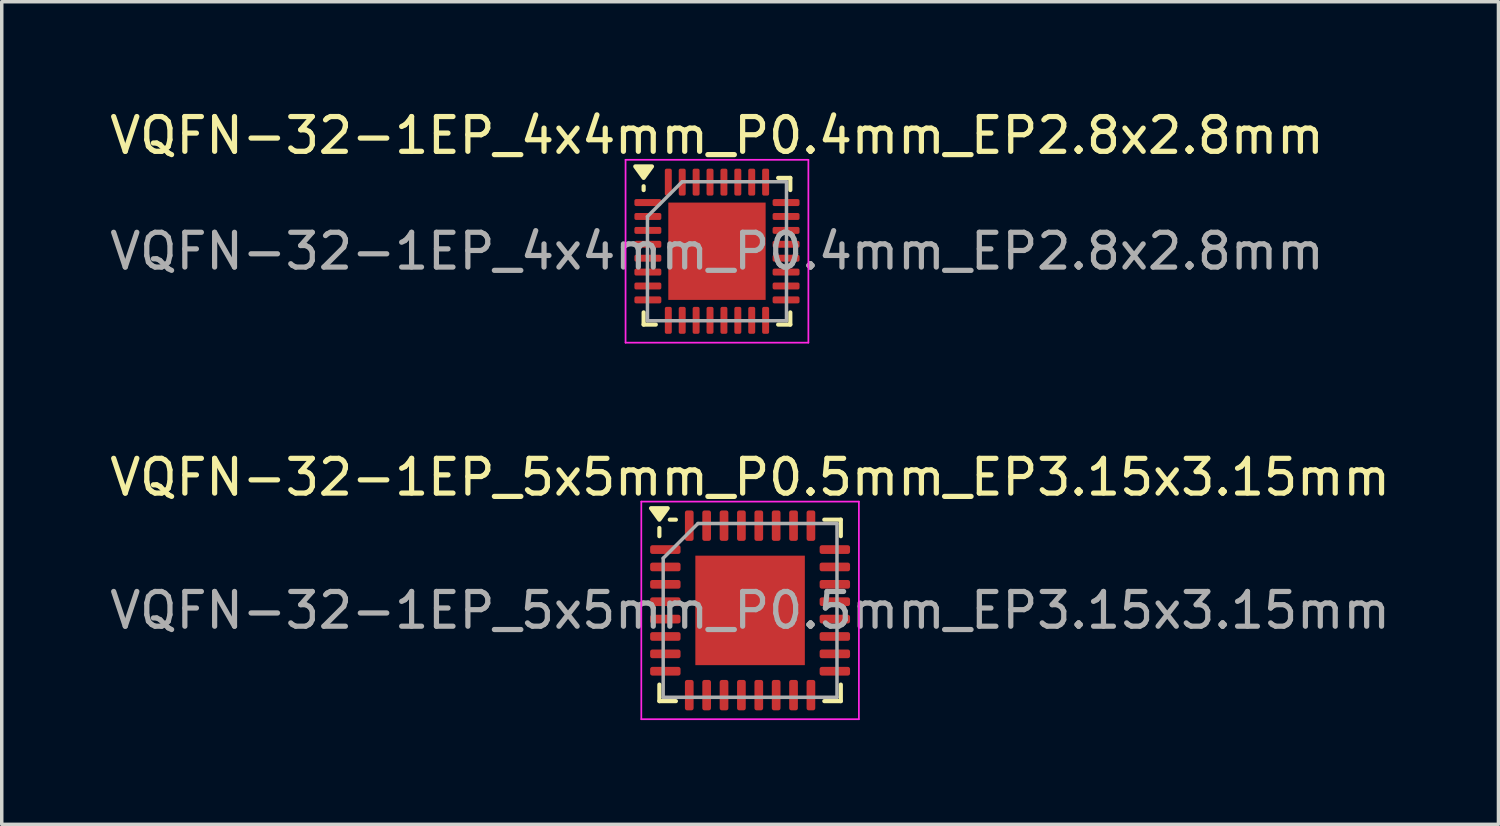
<source format=kicad_pcb>
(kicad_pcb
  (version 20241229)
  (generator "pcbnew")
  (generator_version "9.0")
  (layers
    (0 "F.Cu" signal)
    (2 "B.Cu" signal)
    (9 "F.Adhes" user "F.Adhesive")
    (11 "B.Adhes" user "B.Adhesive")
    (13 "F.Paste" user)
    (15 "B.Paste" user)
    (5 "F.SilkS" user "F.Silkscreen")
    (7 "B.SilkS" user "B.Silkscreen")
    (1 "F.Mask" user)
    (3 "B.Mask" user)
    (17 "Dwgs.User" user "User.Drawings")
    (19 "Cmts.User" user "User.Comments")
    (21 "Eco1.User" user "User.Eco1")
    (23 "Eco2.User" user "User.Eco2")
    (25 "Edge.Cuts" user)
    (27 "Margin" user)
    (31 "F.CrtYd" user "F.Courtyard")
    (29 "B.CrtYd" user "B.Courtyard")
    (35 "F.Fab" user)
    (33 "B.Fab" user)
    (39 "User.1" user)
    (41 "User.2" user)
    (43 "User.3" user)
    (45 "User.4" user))
  (footprint "VQFN-32-1EP_4x4mm_P0.4mm_EP2.8x2.8mm"
    (layer "F.Cu")
    (at 17.577 4.178)
    (property "Reference" "VQFN-32-1EP_4x4mm_P0.4mm_EP2.8x2.8mm" (at 0 -3.33 0) (layer "F.SilkS") (effects (font (size 1 1) (thickness 0.15))))
    (attr smd)
    (fp_line (start -2.11 -1.76) (end -2.11 -1.87) (stroke (width 0.12) (type solid)) (layer "F.SilkS"))
    (fp_line (start -2.11 2.11) (end -2.11 1.76) (stroke (width 0.12) (type solid)) (layer "F.SilkS"))
    (fp_line (start -1.76 2.11) (end -2.11 2.11) (stroke (width 0.12) (type solid)) (layer "F.SilkS"))
    (fp_line (start 1.76 -2.11) (end 2.11 -2.11) (stroke (width 0.12) (type solid)) (layer "F.SilkS"))
    (fp_line (start 1.76 2.11) (end 2.11 2.11) (stroke (width 0.12) (type solid)) (layer "F.SilkS"))
    (fp_line (start 2.11 -2.11) (end 2.11 -1.76) (stroke (width 0.12) (type solid)) (layer "F.SilkS"))
    (fp_line (start 2.11 2.11) (end 2.11 1.76) (stroke (width 0.12) (type solid)) (layer "F.SilkS"))
    (fp_poly (pts (xy -2.11 -2.11) (xy -2.35 -2.44) (xy -1.87 -2.44) (xy -2.11 -2.11)) (stroke (width 0.12) (type solid)) (fill yes) (layer "F.SilkS"))
    (fp_line (start -2.63 -2.63) (end -2.63 2.63) (stroke (width 0.05) (type solid)) (layer "F.CrtYd"))
    (fp_line (start -2.63 2.63) (end 2.63 2.63) (stroke (width 0.05) (type solid)) (layer "F.CrtYd"))
    (fp_line (start 2.63 -2.63) (end -2.63 -2.63) (stroke (width 0.05) (type solid)) (layer "F.CrtYd"))
    (fp_line (start 2.63 2.63) (end 2.63 -2.63) (stroke (width 0.05) (type solid)) (layer "F.CrtYd"))
    (fp_line (start -2 -1) (end -1 -2) (stroke (width 0.1) (type solid)) (layer "F.Fab"))
    (fp_line (start -2 2) (end -2 -1) (stroke (width 0.1) (type solid)) (layer "F.Fab"))
    (fp_line (start -1 -2) (end 2 -2) (stroke (width 0.1) (type solid)) (layer "F.Fab"))
    (fp_line (start 2 -2) (end 2 2) (stroke (width 0.1) (type solid)) (layer "F.Fab"))
    (fp_line (start 2 2) (end -2 2) (stroke (width 0.1) (type solid)) (layer "F.Fab"))
    (fp_text user "${REFERENCE}" (at 0 0 0) (layer "F.Fab") (effects (font (size 1 1) (thickness 0.15))))
    (pad "" smd roundrect (at -0.7 -0.7) (size 1.13 1.13) (layers "F.Paste") (roundrect_rratio 0.221))
    (pad "" smd roundrect (at -0.7 0.7) (size 1.13 1.13) (layers "F.Paste") (roundrect_rratio 0.221))
    (pad "" smd roundrect (at 0.7 -0.7) (size 1.13 1.13) (layers "F.Paste") (roundrect_rratio 0.221))
    (pad "" smd roundrect (at 0.7 0.7) (size 1.13 1.13) (layers "F.Paste") (roundrect_rratio 0.221))
    (pad "1" smd roundrect (at -1.988 -1.4) (size 0.775 0.2) (layers "F.Cu" "F.Mask" "F.Paste") (roundrect_rratio 0.25))
    (pad "2" smd roundrect (at -1.988 -1) (size 0.775 0.2) (layers "F.Cu" "F.Mask" "F.Paste") (roundrect_rratio 0.25))
    (pad "3" smd roundrect (at -1.988 -0.6) (size 0.775 0.2) (layers "F.Cu" "F.Mask" "F.Paste") (roundrect_rratio 0.25))
    (pad "4" smd roundrect (at -1.988 -0.2) (size 0.775 0.2) (layers "F.Cu" "F.Mask" "F.Paste") (roundrect_rratio 0.25))
    (pad "5" smd roundrect (at -1.988 0.2) (size 0.775 0.2) (layers "F.Cu" "F.Mask" "F.Paste") (roundrect_rratio 0.25))
    (pad "6" smd roundrect (at -1.988 0.6) (size 0.775 0.2) (layers "F.Cu" "F.Mask" "F.Paste") (roundrect_rratio 0.25))
    (pad "7" smd roundrect (at -1.988 1) (size 0.775 0.2) (layers "F.Cu" "F.Mask" "F.Paste") (roundrect_rratio 0.25))
    (pad "8" smd roundrect (at -1.988 1.4) (size 0.775 0.2) (layers "F.Cu" "F.Mask" "F.Paste") (roundrect_rratio 0.25))
    (pad "9" smd roundrect (at -1.4 1.988) (size 0.2 0.775) (layers "F.Cu" "F.Mask" "F.Paste") (roundrect_rratio 0.25))
    (pad "10" smd roundrect (at -1 1.988) (size 0.2 0.775) (layers "F.Cu" "F.Mask" "F.Paste") (roundrect_rratio 0.25))
    (pad "11" smd roundrect (at -0.6 1.988) (size 0.2 0.775) (layers "F.Cu" "F.Mask" "F.Paste") (roundrect_rratio 0.25))
    (pad "12" smd roundrect (at -0.2 1.988) (size 0.2 0.775) (layers "F.Cu" "F.Mask" "F.Paste") (roundrect_rratio 0.25))
    (pad "13" smd roundrect (at 0.2 1.988) (size 0.2 0.775) (layers "F.Cu" "F.Mask" "F.Paste") (roundrect_rratio 0.25))
    (pad "14" smd roundrect (at 0.6 1.988) (size 0.2 0.775) (layers "F.Cu" "F.Mask" "F.Paste") (roundrect_rratio 0.25))
    (pad "15" smd roundrect (at 1 1.988) (size 0.2 0.775) (layers "F.Cu" "F.Mask" "F.Paste") (roundrect_rratio 0.25))
    (pad "16" smd roundrect (at 1.4 1.988) (size 0.2 0.775) (layers "F.Cu" "F.Mask" "F.Paste") (roundrect_rratio 0.25))
    (pad "17" smd roundrect (at 1.988 1.4) (size 0.775 0.2) (layers "F.Cu" "F.Mask" "F.Paste") (roundrect_rratio 0.25))
    (pad "18" smd roundrect (at 1.988 1) (size 0.775 0.2) (layers "F.Cu" "F.Mask" "F.Paste") (roundrect_rratio 0.25))
    (pad "19" smd roundrect (at 1.988 0.6) (size 0.775 0.2) (layers "F.Cu" "F.Mask" "F.Paste") (roundrect_rratio 0.25))
    (pad "20" smd roundrect (at 1.988 0.2) (size 0.775 0.2) (layers "F.Cu" "F.Mask" "F.Paste") (roundrect_rratio 0.25))
    (pad "21" smd roundrect (at 1.988 -0.2) (size 0.775 0.2) (layers "F.Cu" "F.Mask" "F.Paste") (roundrect_rratio 0.25))
    (pad "22" smd roundrect (at 1.988 -0.6) (size 0.775 0.2) (layers "F.Cu" "F.Mask" "F.Paste") (roundrect_rratio 0.25))
    (pad "23" smd roundrect (at 1.988 -1) (size 0.775 0.2) (layers "F.Cu" "F.Mask" "F.Paste") (roundrect_rratio 0.25))
    (pad "24" smd roundrect (at 1.988 -1.4) (size 0.775 0.2) (layers "F.Cu" "F.Mask" "F.Paste") (roundrect_rratio 0.25))
    (pad "25" smd roundrect (at 1.4 -1.988) (size 0.2 0.775) (layers "F.Cu" "F.Mask" "F.Paste") (roundrect_rratio 0.25))
    (pad "26" smd roundrect (at 1 -1.988) (size 0.2 0.775) (layers "F.Cu" "F.Mask" "F.Paste") (roundrect_rratio 0.25))
    (pad "27" smd roundrect (at 0.6 -1.988) (size 0.2 0.775) (layers "F.Cu" "F.Mask" "F.Paste") (roundrect_rratio 0.25))
    (pad "28" smd roundrect (at 0.2 -1.988) (size 0.2 0.775) (layers "F.Cu" "F.Mask" "F.Paste") (roundrect_rratio 0.25))
    (pad "29" smd roundrect (at -0.2 -1.988) (size 0.2 0.775) (layers "F.Cu" "F.Mask" "F.Paste") (roundrect_rratio 0.25))
    (pad "30" smd roundrect (at -0.6 -1.988) (size 0.2 0.775) (layers "F.Cu" "F.Mask" "F.Paste") (roundrect_rratio 0.25))
    (pad "31" smd roundrect (at -1 -1.988) (size 0.2 0.775) (layers "F.Cu" "F.Mask" "F.Paste") (roundrect_rratio 0.25))
    (pad "32" smd roundrect (at -1.4 -1.988) (size 0.2 0.775) (layers "F.Cu" "F.Mask" "F.Paste") (roundrect_rratio 0.25))
    (pad "33" smd rect (at 0 0) (size 2.8 2.8) (property pad_prop_heatsink) (layers "F.Cu" "F.Mask")))
  (footprint "VQFN-32-1EP_5x5mm_P0.5mm_EP3.15x3.15mm"
    (layer "F.Cu")
    (at 18.53 14.511)
    (property "Reference" "VQFN-32-1EP_5x5mm_P0.5mm_EP3.15x3.15mm" (at 0 -3.83 0) (layer "F.SilkS") (effects (font (size 1 1) (thickness 0.15))))
    (attr smd)
    (fp_line (start -2.61 -2.135) (end -2.61 -2.37) (stroke (width 0.12) (type solid)) (layer "F.SilkS"))
    (fp_line (start -2.61 2.61) (end -2.61 2.135) (stroke (width 0.12) (type solid)) (layer "F.SilkS"))
    (fp_line (start -2.135 -2.61) (end -2.31 -2.61) (stroke (width 0.12) (type solid)) (layer "F.SilkS"))
    (fp_line (start -2.135 2.61) (end -2.61 2.61) (stroke (width 0.12) (type solid)) (layer "F.SilkS"))
    (fp_line (start 2.135 -2.61) (end 2.61 -2.61) (stroke (width 0.12) (type solid)) (layer "F.SilkS"))
    (fp_line (start 2.135 2.61) (end 2.61 2.61) (stroke (width 0.12) (type solid)) (layer "F.SilkS"))
    (fp_line (start 2.61 -2.61) (end 2.61 -2.135) (stroke (width 0.12) (type solid)) (layer "F.SilkS"))
    (fp_line (start 2.61 2.61) (end 2.61 2.135) (stroke (width 0.12) (type solid)) (layer "F.SilkS"))
    (fp_poly (pts (xy -2.61 -2.61) (xy -2.85 -2.94) (xy -2.37 -2.94) (xy -2.61 -2.61)) (stroke (width 0.12) (type solid)) (fill yes) (layer "F.SilkS"))
    (fp_line (start -3.13 -3.13) (end -3.13 3.13) (stroke (width 0.05) (type solid)) (layer "F.CrtYd"))
    (fp_line (start -3.13 3.13) (end 3.13 3.13) (stroke (width 0.05) (type solid)) (layer "F.CrtYd"))
    (fp_line (start 3.13 -3.13) (end -3.13 -3.13) (stroke (width 0.05) (type solid)) (layer "F.CrtYd"))
    (fp_line (start 3.13 3.13) (end 3.13 -3.13) (stroke (width 0.05) (type solid)) (layer "F.CrtYd"))
    (fp_line (start -2.5 -1.5) (end -1.5 -2.5) (stroke (width 0.1) (type solid)) (layer "F.Fab"))
    (fp_line (start -2.5 2.5) (end -2.5 -1.5) (stroke (width 0.1) (type solid)) (layer "F.Fab"))
    (fp_line (start -1.5 -2.5) (end 2.5 -2.5) (stroke (width 0.1) (type solid)) (layer "F.Fab"))
    (fp_line (start 2.5 -2.5) (end 2.5 2.5) (stroke (width 0.1) (type solid)) (layer "F.Fab"))
    (fp_line (start 2.5 2.5) (end -2.5 2.5) (stroke (width 0.1) (type solid)) (layer "F.Fab"))
    (fp_text user "${REFERENCE}" (at 0 0 0) (layer "F.Fab") (effects (font (size 1 1) (thickness 0.15))))
    (pad "" smd roundrect (at -0.79 -0.79) (size 1.27 1.27) (layers "F.Paste") (roundrect_rratio 0.197))
    (pad "" smd roundrect (at -0.79 0.79) (size 1.27 1.27) (layers "F.Paste") (roundrect_rratio 0.197))
    (pad "" smd roundrect (at 0.79 -0.79) (size 1.27 1.27) (layers "F.Paste") (roundrect_rratio 0.197))
    (pad "" smd roundrect (at 0.79 0.79) (size 1.27 1.27) (layers "F.Paste") (roundrect_rratio 0.197))
    (pad "1" smd roundrect (at -2.438 -1.75) (size 0.875 0.25) (layers "F.Cu" "F.Mask" "F.Paste") (roundrect_rratio 0.25))
    (pad "2" smd roundrect (at -2.438 -1.25) (size 0.875 0.25) (layers "F.Cu" "F.Mask" "F.Paste") (roundrect_rratio 0.25))
    (pad "3" smd roundrect (at -2.438 -0.75) (size 0.875 0.25) (layers "F.Cu" "F.Mask" "F.Paste") (roundrect_rratio 0.25))
    (pad "4" smd roundrect (at -2.438 -0.25) (size 0.875 0.25) (layers "F.Cu" "F.Mask" "F.Paste") (roundrect_rratio 0.25))
    (pad "5" smd roundrect (at -2.438 0.25) (size 0.875 0.25) (layers "F.Cu" "F.Mask" "F.Paste") (roundrect_rratio 0.25))
    (pad "6" smd roundrect (at -2.438 0.75) (size 0.875 0.25) (layers "F.Cu" "F.Mask" "F.Paste") (roundrect_rratio 0.25))
    (pad "7" smd roundrect (at -2.438 1.25) (size 0.875 0.25) (layers "F.Cu" "F.Mask" "F.Paste") (roundrect_rratio 0.25))
    (pad "8" smd roundrect (at -2.438 1.75) (size 0.875 0.25) (layers "F.Cu" "F.Mask" "F.Paste") (roundrect_rratio 0.25))
    (pad "9" smd roundrect (at -1.75 2.438) (size 0.25 0.875) (layers "F.Cu" "F.Mask" "F.Paste") (roundrect_rratio 0.25))
    (pad "10" smd roundrect (at -1.25 2.438) (size 0.25 0.875) (layers "F.Cu" "F.Mask" "F.Paste") (roundrect_rratio 0.25))
    (pad "11" smd roundrect (at -0.75 2.438) (size 0.25 0.875) (layers "F.Cu" "F.Mask" "F.Paste") (roundrect_rratio 0.25))
    (pad "12" smd roundrect (at -0.25 2.438) (size 0.25 0.875) (layers "F.Cu" "F.Mask" "F.Paste") (roundrect_rratio 0.25))
    (pad "13" smd roundrect (at 0.25 2.438) (size 0.25 0.875) (layers "F.Cu" "F.Mask" "F.Paste") (roundrect_rratio 0.25))
    (pad "14" smd roundrect (at 0.75 2.438) (size 0.25 0.875) (layers "F.Cu" "F.Mask" "F.Paste") (roundrect_rratio 0.25))
    (pad "15" smd roundrect (at 1.25 2.438) (size 0.25 0.875) (layers "F.Cu" "F.Mask" "F.Paste") (roundrect_rratio 0.25))
    (pad "16" smd roundrect (at 1.75 2.438) (size 0.25 0.875) (layers "F.Cu" "F.Mask" "F.Paste") (roundrect_rratio 0.25))
    (pad "17" smd roundrect (at 2.438 1.75) (size 0.875 0.25) (layers "F.Cu" "F.Mask" "F.Paste") (roundrect_rratio 0.25))
    (pad "18" smd roundrect (at 2.438 1.25) (size 0.875 0.25) (layers "F.Cu" "F.Mask" "F.Paste") (roundrect_rratio 0.25))
    (pad "19" smd roundrect (at 2.438 0.75) (size 0.875 0.25) (layers "F.Cu" "F.Mask" "F.Paste") (roundrect_rratio 0.25))
    (pad "20" smd roundrect (at 2.438 0.25) (size 0.875 0.25) (layers "F.Cu" "F.Mask" "F.Paste") (roundrect_rratio 0.25))
    (pad "21" smd roundrect (at 2.438 -0.25) (size 0.875 0.25) (layers "F.Cu" "F.Mask" "F.Paste") (roundrect_rratio 0.25))
    (pad "22" smd roundrect (at 2.438 -0.75) (size 0.875 0.25) (layers "F.Cu" "F.Mask" "F.Paste") (roundrect_rratio 0.25))
    (pad "23" smd roundrect (at 2.438 -1.25) (size 0.875 0.25) (layers "F.Cu" "F.Mask" "F.Paste") (roundrect_rratio 0.25))
    (pad "24" smd roundrect (at 2.438 -1.75) (size 0.875 0.25) (layers "F.Cu" "F.Mask" "F.Paste") (roundrect_rratio 0.25))
    (pad "25" smd roundrect (at 1.75 -2.438) (size 0.25 0.875) (layers "F.Cu" "F.Mask" "F.Paste") (roundrect_rratio 0.25))
    (pad "26" smd roundrect (at 1.25 -2.438) (size 0.25 0.875) (layers "F.Cu" "F.Mask" "F.Paste") (roundrect_rratio 0.25))
    (pad "27" smd roundrect (at 0.75 -2.438) (size 0.25 0.875) (layers "F.Cu" "F.Mask" "F.Paste") (roundrect_rratio 0.25))
    (pad "28" smd roundrect (at 0.25 -2.438) (size 0.25 0.875) (layers "F.Cu" "F.Mask" "F.Paste") (roundrect_rratio 0.25))
    (pad "29" smd roundrect (at -0.25 -2.438) (size 0.25 0.875) (layers "F.Cu" "F.Mask" "F.Paste") (roundrect_rratio 0.25))
    (pad "30" smd roundrect (at -0.75 -2.438) (size 0.25 0.875) (layers "F.Cu" "F.Mask" "F.Paste") (roundrect_rratio 0.25))
    (pad "31" smd roundrect (at -1.25 -2.438) (size 0.25 0.875) (layers "F.Cu" "F.Mask" "F.Paste") (roundrect_rratio 0.25))
    (pad "32" smd roundrect (at -1.75 -2.438) (size 0.25 0.875) (layers "F.Cu" "F.Mask" "F.Paste") (roundrect_rratio 0.25))
    (pad "33" smd rect (at 0 0) (size 3.15 3.15) (property pad_prop_heatsink) (layers "F.Cu" "F.Mask")))
  (gr_rect
    (start -3 -3)
    (end 40.06 20.666)
    (stroke (width 0.1) (type default))
    (fill no)
    (layer "Edge.Cuts")))
</source>
